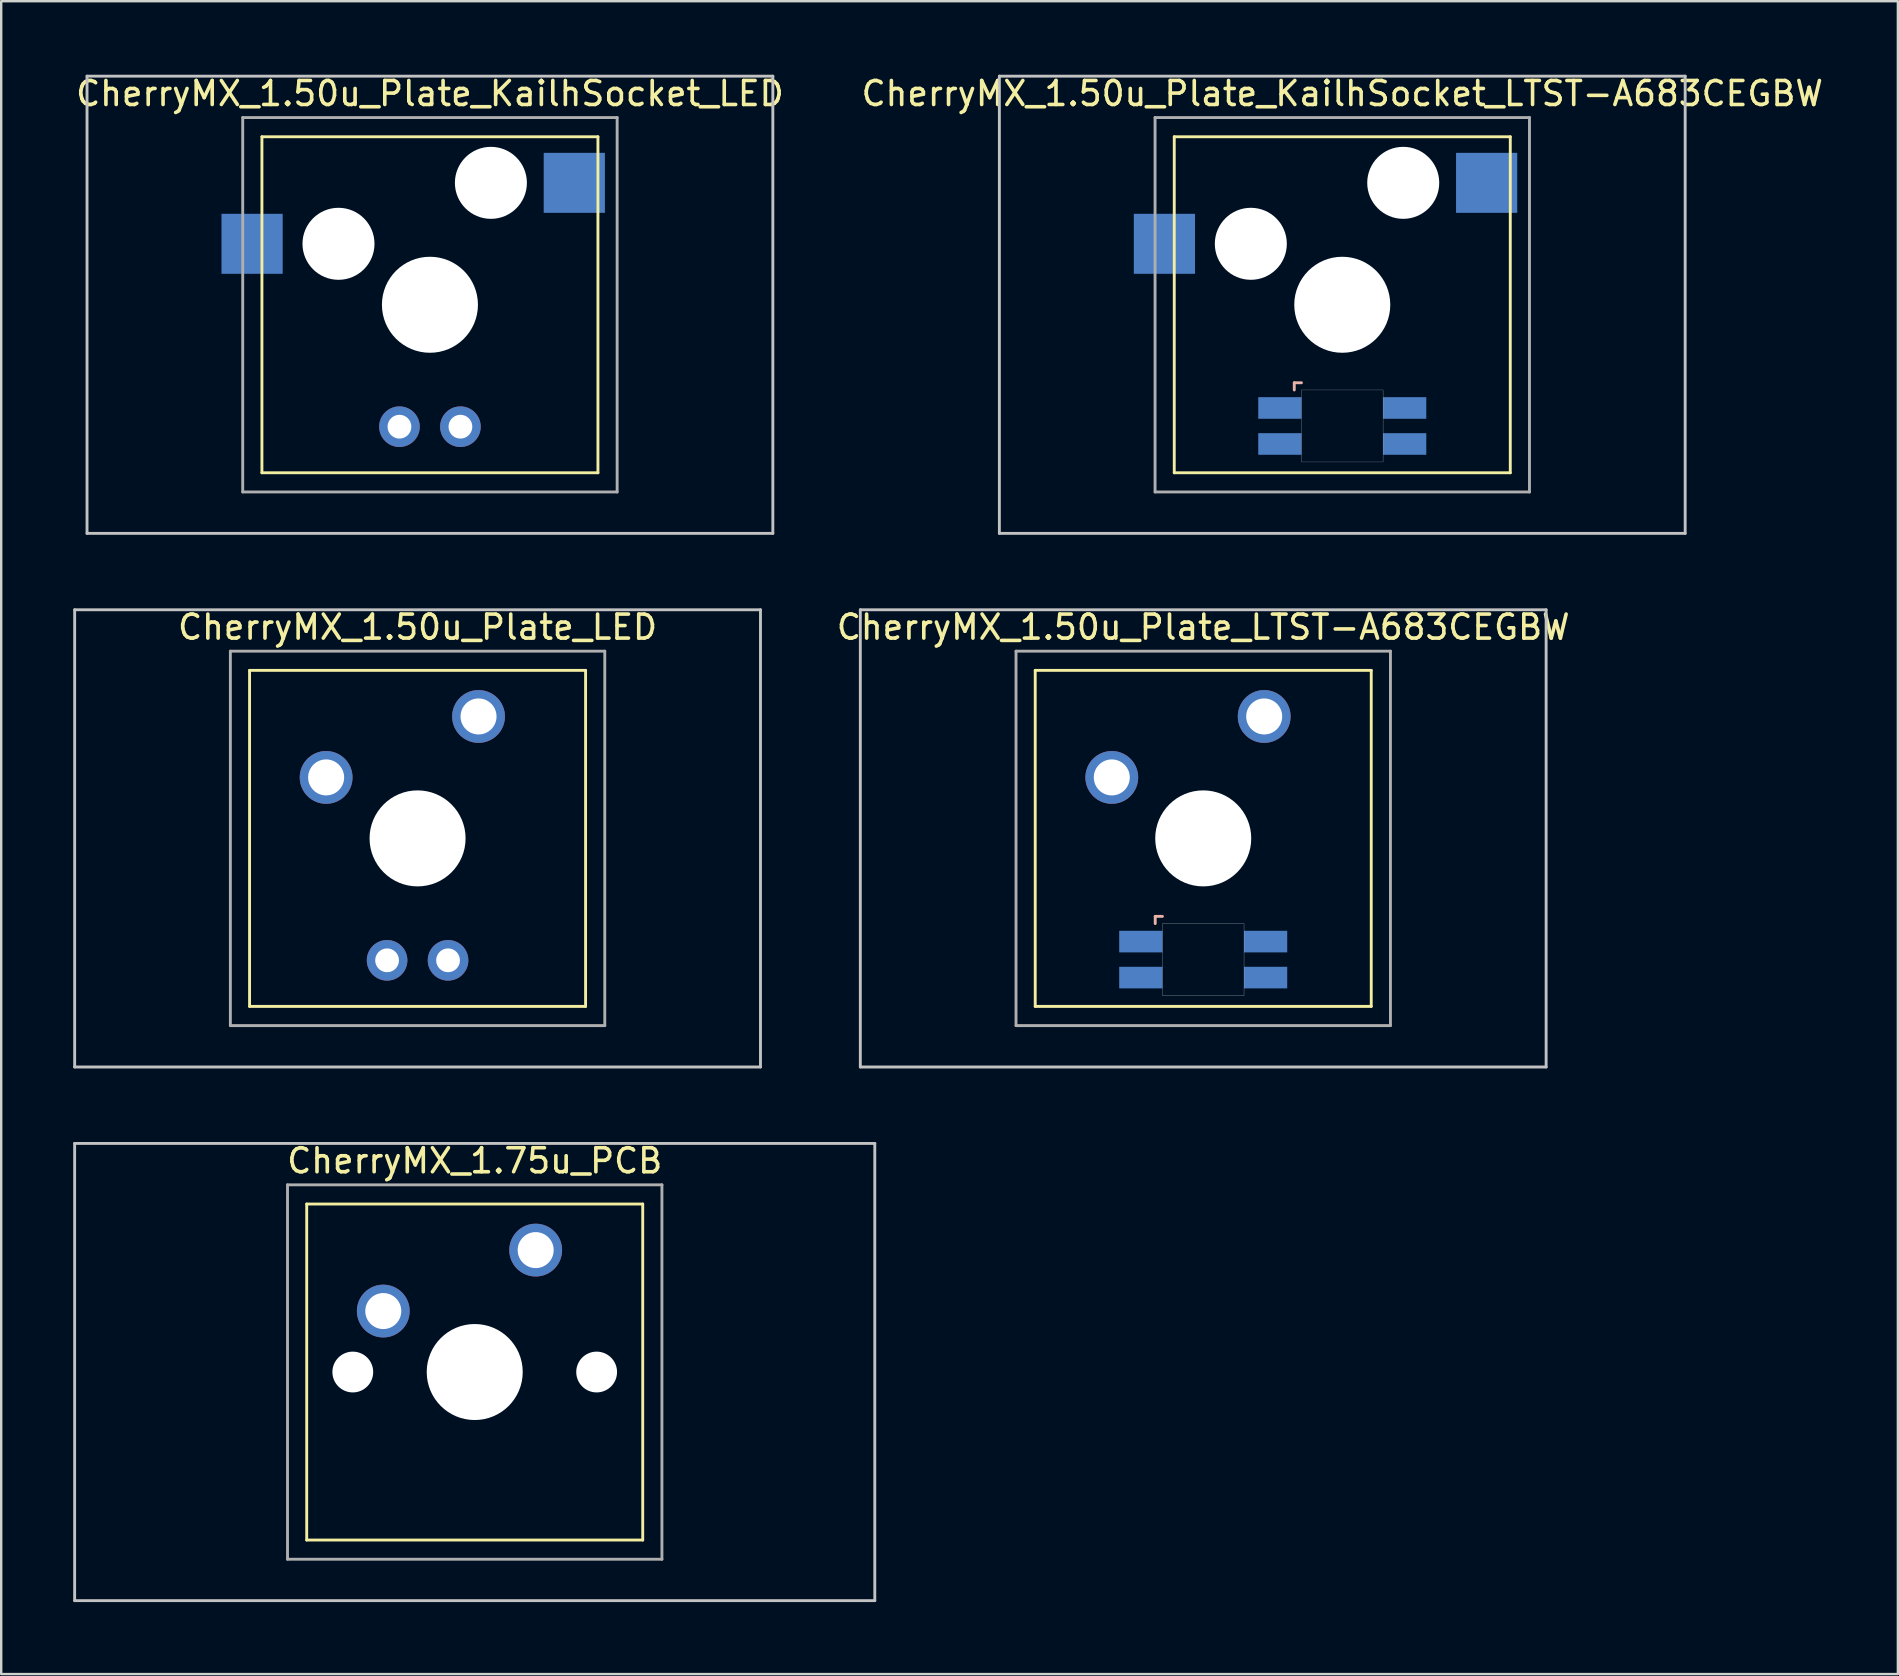
<source format=kicad_pcb>
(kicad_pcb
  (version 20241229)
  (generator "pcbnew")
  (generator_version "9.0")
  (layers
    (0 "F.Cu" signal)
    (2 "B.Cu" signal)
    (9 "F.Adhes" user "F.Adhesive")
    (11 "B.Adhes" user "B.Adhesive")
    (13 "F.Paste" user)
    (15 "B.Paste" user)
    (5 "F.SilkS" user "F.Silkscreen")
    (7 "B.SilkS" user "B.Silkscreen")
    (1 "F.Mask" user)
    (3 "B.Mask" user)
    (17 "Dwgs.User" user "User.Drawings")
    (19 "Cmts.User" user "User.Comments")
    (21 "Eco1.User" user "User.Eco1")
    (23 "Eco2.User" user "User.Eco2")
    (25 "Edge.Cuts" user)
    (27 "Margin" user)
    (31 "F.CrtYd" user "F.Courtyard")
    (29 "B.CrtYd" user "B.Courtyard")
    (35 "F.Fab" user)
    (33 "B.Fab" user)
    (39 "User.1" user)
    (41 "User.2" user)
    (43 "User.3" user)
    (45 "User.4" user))
  (footprint "CherryMX_1.50u_Plate_LED"
    (layer "F.Cu")
    (at 14.348 31.881)
    (property "Reference" "CherryMX_1.50u_Plate_LED" (at 0 -8.8 0) (layer "F.SilkS") (effects (font (size 1 1) (thickness 0.15))))
    (attr through_hole)
    (fp_line (start -7 -7) (end -7 7) (stroke (width 0.12) (type solid)) (layer "F.SilkS"))
    (fp_line (start -7 -7) (end 7 -7) (stroke (width 0.12) (type solid)) (layer "F.SilkS"))
    (fp_line (start 7 -7) (end 7 7) (stroke (width 0.12) (type solid)) (layer "F.SilkS"))
    (fp_line (start 7 7) (end -7 7) (stroke (width 0.12) (type solid)) (layer "F.SilkS"))
    (fp_line (start -14.287 -9.525) (end 14.287 -9.525) (stroke (width 0.12) (type solid)) (layer "Dwgs.User"))
    (fp_line (start -14.287 9.525) (end -14.287 -9.525) (stroke (width 0.12) (type solid)) (layer "Dwgs.User"))
    (fp_line (start 14.287 -9.525) (end 14.287 9.525) (stroke (width 0.12) (type solid)) (layer "Dwgs.User"))
    (fp_line (start 14.287 9.525) (end -14.287 9.525) (stroke (width 0.12) (type solid)) (layer "Dwgs.User"))
    (fp_line (start -7.8 -7.8) (end -7.8 7.8) (stroke (width 0.12) (type solid)) (layer "F.Fab"))
    (fp_line (start -7.8 -7.8) (end 7.8 -7.8) (stroke (width 0.12) (type solid)) (layer "F.Fab"))
    (fp_line (start -7.8 7.8) (end 7.8 7.8) (stroke (width 0.12) (type solid)) (layer "F.Fab"))
    (fp_line (start 7.8 -7.8) (end 7.8 7.8) (stroke (width 0.12) (type solid)) (layer "F.Fab"))
    (pad "" np_thru_hole circle (at 0 0) (size 4 4) (drill 4) (layers "*.Cu" "*.Mask"))
    (pad "1" thru_hole circle (at -3.81 -2.54) (size 2.2 2.2) (drill 1.5) (layers "*.Cu" "*.Mask"))
    (pad "2" thru_hole circle (at 2.54 -5.08) (size 2.2 2.2) (drill 1.5) (layers "*.Cu" "*.Mask"))
    (pad "3" thru_hole circle (at -1.27 5.08) (size 1.691 1.691) (drill 0.991) (layers "*.Cu" "*.Mask"))
    (pad "4" thru_hole circle (at 1.27 5.08) (size 1.691 1.691) (drill 0.991) (layers "*.Cu" "*.Mask")))
  (footprint "CherryMX_1.50u_Plate_LTST-A683CEGBW"
    (layer "F.Cu")
    (at 47.082 31.881)
    (property "Reference" "CherryMX_1.50u_Plate_LTST-A683CEGBW" (at 0 -8.8 0) (layer "F.SilkS") (effects (font (size 1 1) (thickness 0.15))))
    (attr through_hole)
    (fp_line (start -7 -7) (end -7 7) (stroke (width 0.12) (type solid)) (layer "F.SilkS"))
    (fp_line (start -7 -7) (end 7 -7) (stroke (width 0.12) (type solid)) (layer "F.SilkS"))
    (fp_line (start 7 -7) (end 7 7) (stroke (width 0.12) (type solid)) (layer "F.SilkS"))
    (fp_line (start 7 7) (end -7 7) (stroke (width 0.12) (type solid)) (layer "F.SilkS"))
    (fp_line (start -2 3.25) (end -2 3.55) (stroke (width 0.12) (type solid)) (layer "B.SilkS"))
    (fp_line (start -1.7 3.25) (end -2 3.25) (stroke (width 0.12) (type solid)) (layer "B.SilkS"))
    (fp_line (start -14.287 -9.525) (end 14.287 -9.525) (stroke (width 0.12) (type solid)) (layer "Dwgs.User"))
    (fp_line (start -14.287 9.525) (end -14.287 -9.525) (stroke (width 0.12) (type solid)) (layer "Dwgs.User"))
    (fp_line (start 14.287 -9.525) (end 14.287 9.525) (stroke (width 0.12) (type solid)) (layer "Dwgs.User"))
    (fp_line (start 14.287 9.525) (end -14.287 9.525) (stroke (width 0.12) (type solid)) (layer "Dwgs.User"))
    (fp_poly (pts (xy 1.7 6.55) (xy -1.7 6.55) (xy -1.7 3.55) (xy 1.7 3.55)) (stroke (width 0.01) (type solid)) (fill no) (layer "Edge.Cuts"))
    (fp_line (start -7.8 -7.8) (end -7.8 7.8) (stroke (width 0.12) (type solid)) (layer "F.Fab"))
    (fp_line (start -7.8 -7.8) (end 7.8 -7.8) (stroke (width 0.12) (type solid)) (layer "F.Fab"))
    (fp_line (start -7.8 7.8) (end 7.8 7.8) (stroke (width 0.12) (type solid)) (layer "F.Fab"))
    (fp_line (start 7.8 -7.8) (end 7.8 7.8) (stroke (width 0.12) (type solid)) (layer "F.Fab"))
    (pad "" np_thru_hole circle (at 0 0) (size 4 4) (drill 4) (layers "*.Cu" "*.Mask"))
    (pad "1" thru_hole circle (at -3.81 -2.54) (size 2.2 2.2) (drill 1.5) (layers "*.Cu" "*.Mask"))
    (pad "2" thru_hole circle (at 2.54 -5.08) (size 2.2 2.2) (drill 1.5) (layers "*.Cu" "*.Mask"))
    (pad "3" smd rect (at -2.6 4.3) (size 1.8 0.9) (layers "B.Cu" "B.Mask" "B.Paste"))
    (pad "4" smd rect (at -2.6 5.8) (size 1.8 0.9) (layers "B.Cu" "B.Mask" "B.Paste"))
    (pad "5" smd rect (at 2.6 4.3) (size 1.8 0.9) (layers "B.Cu" "B.Mask" "B.Paste"))
    (pad "6" smd rect (at 2.6 5.8) (size 1.8 0.9) (layers "B.Cu" "B.Mask" "B.Paste")))
  (footprint "CherryMX_1.75u_PCB"
    (layer "F.Cu")
    (at 16.729 54.115)
    (property "Reference" "CherryMX_1.75u_PCB" (at 0 -8.8 0) (layer "F.SilkS") (effects (font (size 1 1) (thickness 0.15))))
    (attr through_hole)
    (fp_line (start -7 -7) (end -7 7) (stroke (width 0.12) (type solid)) (layer "F.SilkS"))
    (fp_line (start -7 -7) (end 7 -7) (stroke (width 0.12) (type solid)) (layer "F.SilkS"))
    (fp_line (start 7 -7) (end 7 7) (stroke (width 0.12) (type solid)) (layer "F.SilkS"))
    (fp_line (start 7 7) (end -7 7) (stroke (width 0.12) (type solid)) (layer "F.SilkS"))
    (fp_line (start -16.669 -9.525) (end 16.669 -9.525) (stroke (width 0.12) (type solid)) (layer "Dwgs.User"))
    (fp_line (start -16.669 9.525) (end -16.669 -9.525) (stroke (width 0.12) (type solid)) (layer "Dwgs.User"))
    (fp_line (start 16.669 -9.525) (end 16.669 9.525) (stroke (width 0.12) (type solid)) (layer "Dwgs.User"))
    (fp_line (start 16.669 9.525) (end -16.669 9.525) (stroke (width 0.12) (type solid)) (layer "Dwgs.User"))
    (fp_line (start -7.8 -7.8) (end -7.8 7.8) (stroke (width 0.12) (type solid)) (layer "F.Fab"))
    (fp_line (start -7.8 -7.8) (end 7.8 -7.8) (stroke (width 0.12) (type solid)) (layer "F.Fab"))
    (fp_line (start -7.8 7.8) (end 7.8 7.8) (stroke (width 0.12) (type solid)) (layer "F.Fab"))
    (fp_line (start 7.8 -7.8) (end 7.8 7.8) (stroke (width 0.12) (type solid)) (layer "F.Fab"))
    (pad "" np_thru_hole circle (at -5.08 0) (size 1.7 1.7) (drill 1.7) (layers "*.Cu" "*.Mask"))
    (pad "" np_thru_hole circle (at 0 0) (size 4 4) (drill 4) (layers "*.Cu" "*.Mask"))
    (pad "" np_thru_hole circle (at 5.08 0) (size 1.7 1.7) (drill 1.7) (layers "*.Cu" "*.Mask"))
    (pad "1" thru_hole circle (at -3.81 -2.54) (size 2.2 2.2) (drill 1.5) (layers "*.Cu" "*.Mask"))
    (pad "2" thru_hole circle (at 2.54 -5.08) (size 2.2 2.2) (drill 1.5) (layers "*.Cu" "*.Mask")))
  (footprint "CherryMX_1.50u_Plate_KailhSocket_LED"
    (layer "F.Cu")
    (at 14.863 9.648)
    (property "Reference" "CherryMX_1.50u_Plate_KailhSocket_LED" (at 0 -8.8 0) (layer "F.SilkS") (effects (font (size 1 1) (thickness 0.15))))
    (attr through_hole)
    (fp_line (start -7 -7) (end -7 7) (stroke (width 0.12) (type solid)) (layer "F.SilkS"))
    (fp_line (start -7 -7) (end 7 -7) (stroke (width 0.12) (type solid)) (layer "F.SilkS"))
    (fp_line (start 7 -7) (end 7 7) (stroke (width 0.12) (type solid)) (layer "F.SilkS"))
    (fp_line (start 7 7) (end -7 7) (stroke (width 0.12) (type solid)) (layer "F.SilkS"))
    (fp_line (start -14.287 -9.525) (end 14.287 -9.525) (stroke (width 0.12) (type solid)) (layer "Dwgs.User"))
    (fp_line (start -14.287 9.525) (end -14.287 -9.525) (stroke (width 0.12) (type solid)) (layer "Dwgs.User"))
    (fp_line (start 14.287 -9.525) (end 14.287 9.525) (stroke (width 0.12) (type solid)) (layer "Dwgs.User"))
    (fp_line (start 14.287 9.525) (end -14.287 9.525) (stroke (width 0.12) (type solid)) (layer "Dwgs.User"))
    (fp_line (start -7.8 -7.8) (end -7.8 7.8) (stroke (width 0.12) (type solid)) (layer "F.Fab"))
    (fp_line (start -7.8 -7.8) (end 7.8 -7.8) (stroke (width 0.12) (type solid)) (layer "F.Fab"))
    (fp_line (start -7.8 7.8) (end 7.8 7.8) (stroke (width 0.12) (type solid)) (layer "F.Fab"))
    (fp_line (start 7.8 -7.8) (end 7.8 7.8) (stroke (width 0.12) (type solid)) (layer "F.Fab"))
    (pad "" np_thru_hole circle (at -3.81 -2.54) (size 3 3) (drill 3) (layers "*.Cu" "*.Mask"))
    (pad "" np_thru_hole circle (at 0 0) (size 4 4) (drill 4) (layers "*.Cu" "*.Mask"))
    (pad "" np_thru_hole circle (at 2.54 -5.08) (size 3 3) (drill 3) (layers "*.Cu" "*.Mask"))
    (pad "1" smd rect (at -7.41 -2.54) (size 2.55 2.5) (layers "B.Cu" "B.Mask" "B.Paste"))
    (pad "2" smd rect (at 6.015 -5.08) (size 2.55 2.5) (layers "B.Cu" "B.Mask" "B.Paste"))
    (pad "3" thru_hole circle (at -1.27 5.08) (size 1.691 1.691) (drill 0.991) (layers "*.Cu" "*.Mask"))
    (pad "4" thru_hole circle (at 1.27 5.08) (size 1.691 1.691) (drill 0.991) (layers "*.Cu" "*.Mask")))
  (footprint "CherryMX_1.50u_Plate_KailhSocket_LTST-A683CEGBW"
    (layer "F.Cu")
    (at 52.875 9.648)
    (property "Reference" "CherryMX_1.50u_Plate_KailhSocket_LTST-A683CEGBW" (at 0 -8.8 0) (layer "F.SilkS") (effects (font (size 1 1) (thickness 0.15))))
    (attr through_hole)
    (fp_line (start -7 -7) (end -7 7) (stroke (width 0.12) (type solid)) (layer "F.SilkS"))
    (fp_line (start -7 -7) (end 7 -7) (stroke (width 0.12) (type solid)) (layer "F.SilkS"))
    (fp_line (start 7 -7) (end 7 7) (stroke (width 0.12) (type solid)) (layer "F.SilkS"))
    (fp_line (start 7 7) (end -7 7) (stroke (width 0.12) (type solid)) (layer "F.SilkS"))
    (fp_line (start -2 3.25) (end -2 3.55) (stroke (width 0.12) (type solid)) (layer "B.SilkS"))
    (fp_line (start -1.7 3.25) (end -2 3.25) (stroke (width 0.12) (type solid)) (layer "B.SilkS"))
    (fp_line (start -14.287 -9.525) (end 14.287 -9.525) (stroke (width 0.12) (type solid)) (layer "Dwgs.User"))
    (fp_line (start -14.287 9.525) (end -14.287 -9.525) (stroke (width 0.12) (type solid)) (layer "Dwgs.User"))
    (fp_line (start 14.287 -9.525) (end 14.287 9.525) (stroke (width 0.12) (type solid)) (layer "Dwgs.User"))
    (fp_line (start 14.287 9.525) (end -14.287 9.525) (stroke (width 0.12) (type solid)) (layer "Dwgs.User"))
    (fp_poly (pts (xy 1.7 6.55) (xy -1.7 6.55) (xy -1.7 3.55) (xy 1.7 3.55)) (stroke (width 0.01) (type solid)) (fill no) (layer "Edge.Cuts"))
    (fp_line (start -7.8 -7.8) (end -7.8 7.8) (stroke (width 0.12) (type solid)) (layer "F.Fab"))
    (fp_line (start -7.8 -7.8) (end 7.8 -7.8) (stroke (width 0.12) (type solid)) (layer "F.Fab"))
    (fp_line (start -7.8 7.8) (end 7.8 7.8) (stroke (width 0.12) (type solid)) (layer "F.Fab"))
    (fp_line (start 7.8 -7.8) (end 7.8 7.8) (stroke (width 0.12) (type solid)) (layer "F.Fab"))
    (pad "" np_thru_hole circle (at -3.81 -2.54) (size 3 3) (drill 3) (layers "*.Cu" "*.Mask"))
    (pad "" np_thru_hole circle (at 0 0) (size 4 4) (drill 4) (layers "*.Cu" "*.Mask"))
    (pad "" np_thru_hole circle (at 2.54 -5.08) (size 3 3) (drill 3) (layers "*.Cu" "*.Mask"))
    (pad "1" smd rect (at -7.41 -2.54) (size 2.55 2.5) (layers "B.Cu" "B.Mask" "B.Paste"))
    (pad "2" smd rect (at 6.015 -5.08) (size 2.55 2.5) (layers "B.Cu" "B.Mask" "B.Paste"))
    (pad "3" smd rect (at -2.6 4.3) (size 1.8 0.9) (layers "B.Cu" "B.Mask" "B.Paste"))
    (pad "4" smd rect (at -2.6 5.8) (size 1.8 0.9) (layers "B.Cu" "B.Mask" "B.Paste"))
    (pad "5" smd rect (at 2.6 4.3) (size 1.8 0.9) (layers "B.Cu" "B.Mask" "B.Paste"))
    (pad "6" smd rect (at 2.6 5.8) (size 1.8 0.9) (layers "B.Cu" "B.Mask" "B.Paste")))
  (gr_rect
    (start -3 -3)
    (end 76.024 66.7)
    (stroke (width 0.1) (type default))
    (fill no)
    (layer "Edge.Cuts")))
</source>
